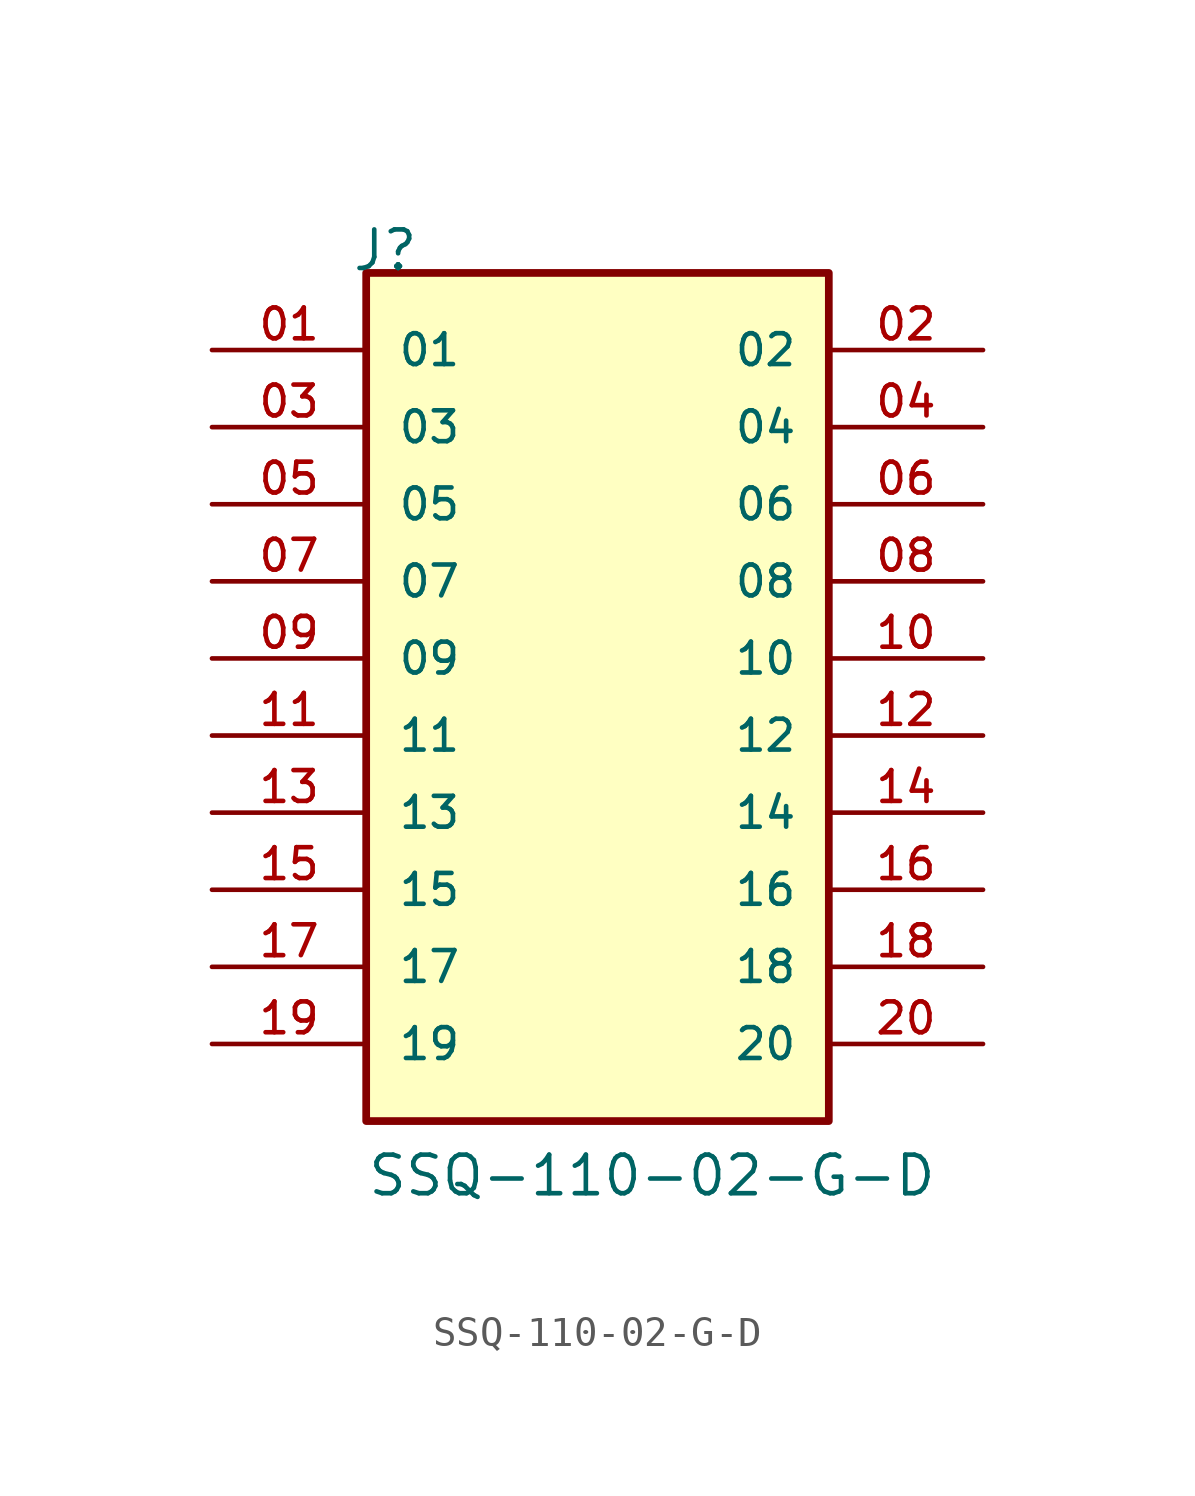
<source format=kicad_sym>
(kicad_symbol_lib
  (version 20211014)
  (generator kicad_symbol_editor)
  (symbol "SSQ-110-02-G-D"
    (pin_names
      (offset 1.016))
    (property "Reference" "J"
      (at -8.12 15.24 0)
      (effects (font (size 1.27 1.27)) (justify bottom left)))
    (property "Value" "SSQ-110-02-G-D"
      (at -7.62 -15.24 0)
      (effects (font (size 1.27 1.27)) (justify bottom left)))
    (symbol "SSQ-110-02-G-D_0_0"
      (rectangle (start -7.62 -12.7) (end 7.62 15.24) (stroke (width 0.254)) (fill (type background)))
      (pin passive line (at -12.7 12.7 0) (length 5.08) (name "01" (effects (font (size 1.016 1.016)))) (number "01" (effects (font (size 1.016 1.016)))))
      (pin passive line (at 12.7 12.7 180.0) (length 5.08) (name "02" (effects (font (size 1.016 1.016)))) (number "02" (effects (font (size 1.016 1.016)))))
      (pin passive line (at -12.7 10.16 0) (length 5.08) (name "03" (effects (font (size 1.016 1.016)))) (number "03" (effects (font (size 1.016 1.016)))))
      (pin passive line (at 12.7 10.16 180.0) (length 5.08) (name "04" (effects (font (size 1.016 1.016)))) (number "04" (effects (font (size 1.016 1.016)))))
      (pin passive line (at -12.7 7.62 0) (length 5.08) (name "05" (effects (font (size 1.016 1.016)))) (number "05" (effects (font (size 1.016 1.016)))))
      (pin passive line (at 12.7 7.62 180.0) (length 5.08) (name "06" (effects (font (size 1.016 1.016)))) (number "06" (effects (font (size 1.016 1.016)))))
      (pin passive line (at -12.7 5.08 0) (length 5.08) (name "07" (effects (font (size 1.016 1.016)))) (number "07" (effects (font (size 1.016 1.016)))))
      (pin passive line (at 12.7 5.08 180.0) (length 5.08) (name "08" (effects (font (size 1.016 1.016)))) (number "08" (effects (font (size 1.016 1.016)))))
      (pin passive line (at -12.7 2.54 0) (length 5.08) (name "09" (effects (font (size 1.016 1.016)))) (number "09" (effects (font (size 1.016 1.016)))))
      (pin passive line (at 12.7 2.54 180.0) (length 5.08) (name "10" (effects (font (size 1.016 1.016)))) (number "10" (effects (font (size 1.016 1.016)))))
      (pin passive line (at -12.7 0.0 0) (length 5.08) (name "11" (effects (font (size 1.016 1.016)))) (number "11" (effects (font (size 1.016 1.016)))))
      (pin passive line (at 12.7 0.0 180.0) (length 5.08) (name "12" (effects (font (size 1.016 1.016)))) (number "12" (effects (font (size 1.016 1.016)))))
      (pin passive line (at -12.7 -2.54 0) (length 5.08) (name "13" (effects (font (size 1.016 1.016)))) (number "13" (effects (font (size 1.016 1.016)))))
      (pin passive line (at 12.7 -2.54 180.0) (length 5.08) (name "14" (effects (font (size 1.016 1.016)))) (number "14" (effects (font (size 1.016 1.016)))))
      (pin passive line (at -12.7 -5.08 0) (length 5.08) (name "15" (effects (font (size 1.016 1.016)))) (number "15" (effects (font (size 1.016 1.016)))))
      (pin passive line (at 12.7 -5.08 180.0) (length 5.08) (name "16" (effects (font (size 1.016 1.016)))) (number "16" (effects (font (size 1.016 1.016)))))
      (pin passive line (at -12.7 -7.62 0) (length 5.08) (name "17" (effects (font (size 1.016 1.016)))) (number "17" (effects (font (size 1.016 1.016)))))
      (pin passive line (at 12.7 -7.62 180.0) (length 5.08) (name "18" (effects (font (size 1.016 1.016)))) (number "18" (effects (font (size 1.016 1.016)))))
      (pin passive line (at -12.7 -10.16 0) (length 5.08) (name "19" (effects (font (size 1.016 1.016)))) (number "19" (effects (font (size 1.016 1.016)))))
      (pin passive line (at 12.7 -10.16 180.0) (length 5.08) (name "20" (effects (font (size 1.016 1.016)))) (number "20" (effects (font (size 1.016 1.016))))))))
</source>
